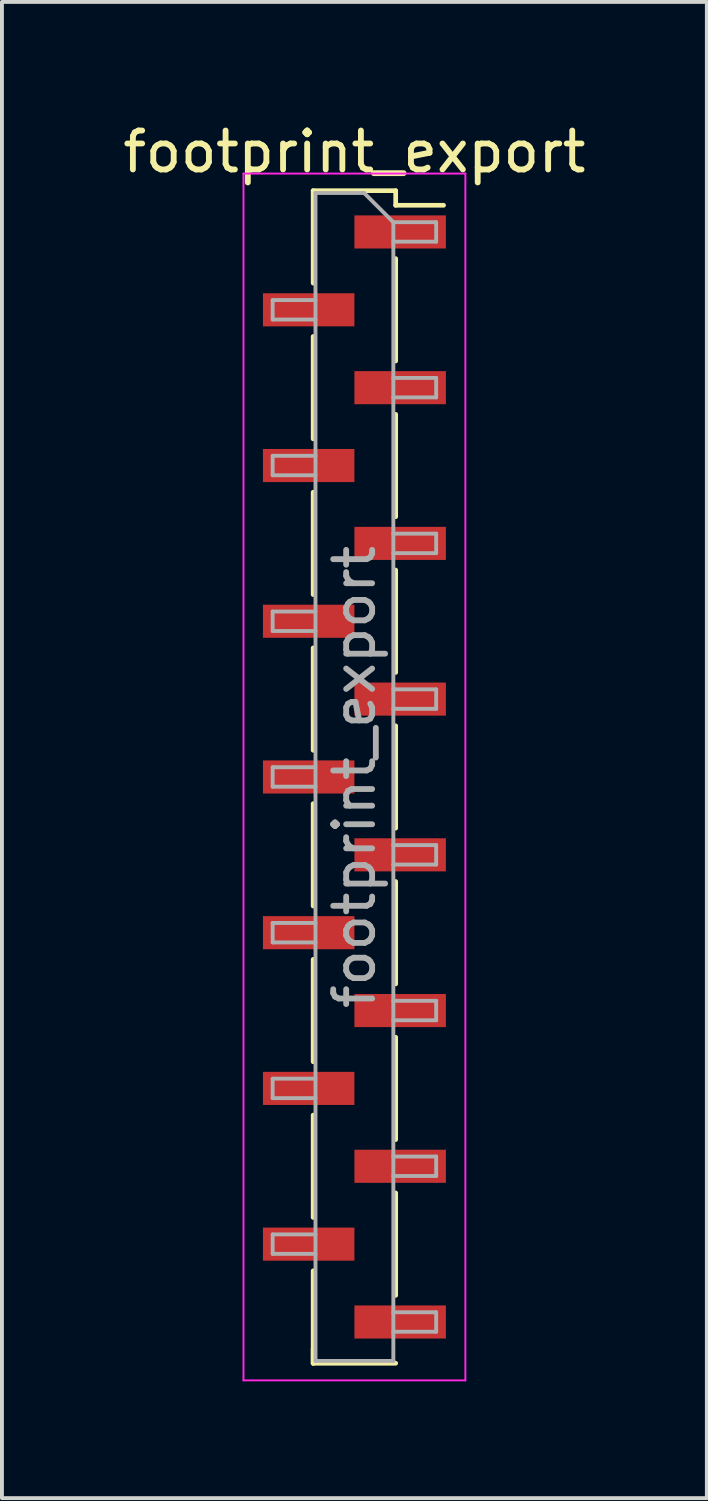
<source format=kicad_pcb>
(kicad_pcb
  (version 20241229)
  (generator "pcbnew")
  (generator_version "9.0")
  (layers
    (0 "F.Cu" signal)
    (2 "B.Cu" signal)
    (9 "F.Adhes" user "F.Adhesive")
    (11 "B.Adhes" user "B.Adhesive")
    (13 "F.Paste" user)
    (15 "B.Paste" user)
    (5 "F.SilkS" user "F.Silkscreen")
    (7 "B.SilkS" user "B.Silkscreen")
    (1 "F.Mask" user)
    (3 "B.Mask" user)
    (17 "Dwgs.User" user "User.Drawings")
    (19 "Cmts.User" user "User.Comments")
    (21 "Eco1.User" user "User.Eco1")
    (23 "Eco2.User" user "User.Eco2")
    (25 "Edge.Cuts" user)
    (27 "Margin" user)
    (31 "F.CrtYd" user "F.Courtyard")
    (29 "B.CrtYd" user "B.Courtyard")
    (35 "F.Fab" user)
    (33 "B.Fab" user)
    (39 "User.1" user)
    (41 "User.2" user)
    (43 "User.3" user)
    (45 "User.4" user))
  (footprint "footprint_export"
    (layer "F.Cu")
    (at 6.054 16.908)
    (property "Reference" "footprint_export" (at 0 -16.06 0) (layer "F.SilkS") (effects (font (size 1 1) (thickness 0.15))))
    (attr smd)
    (fp_line (start -1.06 -15.06) (end -1.06 -12.685) (stroke (width 0.12) (type solid)) (layer "F.SilkS"))
    (fp_line (start -1.06 -15.06) (end 1.06 -15.06) (stroke (width 0.12) (type solid)) (layer "F.SilkS"))
    (fp_line (start -1.06 -11.315) (end -1.06 -8.685) (stroke (width 0.12) (type solid)) (layer "F.SilkS"))
    (fp_line (start -1.06 -7.315) (end -1.06 -4.685) (stroke (width 0.12) (type solid)) (layer "F.SilkS"))
    (fp_line (start -1.06 -3.315) (end -1.06 -0.685) (stroke (width 0.12) (type solid)) (layer "F.SilkS"))
    (fp_line (start -1.06 0.685) (end -1.06 3.315) (stroke (width 0.12) (type solid)) (layer "F.SilkS"))
    (fp_line (start -1.06 4.685) (end -1.06 7.315) (stroke (width 0.12) (type solid)) (layer "F.SilkS"))
    (fp_line (start -1.06 8.685) (end -1.06 11.315) (stroke (width 0.12) (type solid)) (layer "F.SilkS"))
    (fp_line (start -1.06 12.685) (end -1.06 15.06) (stroke (width 0.12) (type solid)) (layer "F.SilkS"))
    (fp_line (start -1.06 14.685) (end -1.06 15.06) (stroke (width 0.12) (type solid)) (layer "F.SilkS"))
    (fp_line (start -1.06 15.06) (end 1.06 15.06) (stroke (width 0.12) (type solid)) (layer "F.SilkS"))
    (fp_line (start 1.06 -15.06) (end 1.06 -14.685) (stroke (width 0.12) (type solid)) (layer "F.SilkS"))
    (fp_line (start 1.06 -14.685) (end 2.29 -14.685) (stroke (width 0.12) (type solid)) (layer "F.SilkS"))
    (fp_line (start 1.06 -13.315) (end 1.06 -10.685) (stroke (width 0.12) (type solid)) (layer "F.SilkS"))
    (fp_line (start 1.06 -9.315) (end 1.06 -6.685) (stroke (width 0.12) (type solid)) (layer "F.SilkS"))
    (fp_line (start 1.06 -5.315) (end 1.06 -2.685) (stroke (width 0.12) (type solid)) (layer "F.SilkS"))
    (fp_line (start 1.06 -1.315) (end 1.06 1.315) (stroke (width 0.12) (type solid)) (layer "F.SilkS"))
    (fp_line (start 1.06 2.685) (end 1.06 5.315) (stroke (width 0.12) (type solid)) (layer "F.SilkS"))
    (fp_line (start 1.06 6.685) (end 1.06 9.315) (stroke (width 0.12) (type solid)) (layer "F.SilkS"))
    (fp_line (start 1.06 10.685) (end 1.06 13.315) (stroke (width 0.12) (type solid)) (layer "F.SilkS"))
    (fp_line (start -2.85 -15.5) (end -2.85 15.5) (stroke (width 0.05) (type solid)) (layer "F.CrtYd"))
    (fp_line (start -2.85 15.5) (end 2.85 15.5) (stroke (width 0.05) (type solid)) (layer "F.CrtYd"))
    (fp_line (start 2.85 -15.5) (end -2.85 -15.5) (stroke (width 0.05) (type solid)) (layer "F.CrtYd"))
    (fp_line (start 2.85 15.5) (end 2.85 -15.5) (stroke (width 0.05) (type solid)) (layer "F.CrtYd"))
    (fp_line (start -2.1 -12.25) (end -2.1 -11.75) (stroke (width 0.1) (type solid)) (layer "F.Fab"))
    (fp_line (start -2.1 -11.75) (end -1 -11.75) (stroke (width 0.1) (type solid)) (layer "F.Fab"))
    (fp_line (start -2.1 -8.25) (end -2.1 -7.75) (stroke (width 0.1) (type solid)) (layer "F.Fab"))
    (fp_line (start -2.1 -7.75) (end -1 -7.75) (stroke (width 0.1) (type solid)) (layer "F.Fab"))
    (fp_line (start -2.1 -4.25) (end -2.1 -3.75) (stroke (width 0.1) (type solid)) (layer "F.Fab"))
    (fp_line (start -2.1 -3.75) (end -1 -3.75) (stroke (width 0.1) (type solid)) (layer "F.Fab"))
    (fp_line (start -2.1 -0.25) (end -2.1 0.25) (stroke (width 0.1) (type solid)) (layer "F.Fab"))
    (fp_line (start -2.1 0.25) (end -1 0.25) (stroke (width 0.1) (type solid)) (layer "F.Fab"))
    (fp_line (start -2.1 3.75) (end -2.1 4.25) (stroke (width 0.1) (type solid)) (layer "F.Fab"))
    (fp_line (start -2.1 4.25) (end -1 4.25) (stroke (width 0.1) (type solid)) (layer "F.Fab"))
    (fp_line (start -2.1 7.75) (end -2.1 8.25) (stroke (width 0.1) (type solid)) (layer "F.Fab"))
    (fp_line (start -2.1 8.25) (end -1 8.25) (stroke (width 0.1) (type solid)) (layer "F.Fab"))
    (fp_line (start -2.1 11.75) (end -2.1 12.25) (stroke (width 0.1) (type solid)) (layer "F.Fab"))
    (fp_line (start -2.1 12.25) (end -1 12.25) (stroke (width 0.1) (type solid)) (layer "F.Fab"))
    (fp_line (start -1 -15) (end -1 15) (stroke (width 0.1) (type solid)) (layer "F.Fab"))
    (fp_line (start -1 -15) (end 0.25 -15) (stroke (width 0.1) (type solid)) (layer "F.Fab"))
    (fp_line (start -1 -12.25) (end -2.1 -12.25) (stroke (width 0.1) (type solid)) (layer "F.Fab"))
    (fp_line (start -1 -8.25) (end -2.1 -8.25) (stroke (width 0.1) (type solid)) (layer "F.Fab"))
    (fp_line (start -1 -4.25) (end -2.1 -4.25) (stroke (width 0.1) (type solid)) (layer "F.Fab"))
    (fp_line (start -1 -0.25) (end -2.1 -0.25) (stroke (width 0.1) (type solid)) (layer "F.Fab"))
    (fp_line (start -1 3.75) (end -2.1 3.75) (stroke (width 0.1) (type solid)) (layer "F.Fab"))
    (fp_line (start -1 7.75) (end -2.1 7.75) (stroke (width 0.1) (type solid)) (layer "F.Fab"))
    (fp_line (start -1 11.75) (end -2.1 11.75) (stroke (width 0.1) (type solid)) (layer "F.Fab"))
    (fp_line (start 1 -14.25) (end 0.25 -15) (stroke (width 0.1) (type solid)) (layer "F.Fab"))
    (fp_line (start 1 -14.25) (end 2.1 -14.25) (stroke (width 0.1) (type solid)) (layer "F.Fab"))
    (fp_line (start 1 -10.25) (end 2.1 -10.25) (stroke (width 0.1) (type solid)) (layer "F.Fab"))
    (fp_line (start 1 -6.25) (end 2.1 -6.25) (stroke (width 0.1) (type solid)) (layer "F.Fab"))
    (fp_line (start 1 -2.25) (end 2.1 -2.25) (stroke (width 0.1) (type solid)) (layer "F.Fab"))
    (fp_line (start 1 1.75) (end 2.1 1.75) (stroke (width 0.1) (type solid)) (layer "F.Fab"))
    (fp_line (start 1 5.75) (end 2.1 5.75) (stroke (width 0.1) (type solid)) (layer "F.Fab"))
    (fp_line (start 1 9.75) (end 2.1 9.75) (stroke (width 0.1) (type solid)) (layer "F.Fab"))
    (fp_line (start 1 13.75) (end 2.1 13.75) (stroke (width 0.1) (type solid)) (layer "F.Fab"))
    (fp_line (start 1 15) (end -1 15) (stroke (width 0.1) (type solid)) (layer "F.Fab"))
    (fp_line (start 1 15) (end 1 -14.25) (stroke (width 0.1) (type solid)) (layer "F.Fab"))
    (fp_line (start 2.1 -14.25) (end 2.1 -13.75) (stroke (width 0.1) (type solid)) (layer "F.Fab"))
    (fp_line (start 2.1 -13.75) (end 1 -13.75) (stroke (width 0.1) (type solid)) (layer "F.Fab"))
    (fp_line (start 2.1 -10.25) (end 2.1 -9.75) (stroke (width 0.1) (type solid)) (layer "F.Fab"))
    (fp_line (start 2.1 -9.75) (end 1 -9.75) (stroke (width 0.1) (type solid)) (layer "F.Fab"))
    (fp_line (start 2.1 -6.25) (end 2.1 -5.75) (stroke (width 0.1) (type solid)) (layer "F.Fab"))
    (fp_line (start 2.1 -5.75) (end 1 -5.75) (stroke (width 0.1) (type solid)) (layer "F.Fab"))
    (fp_line (start 2.1 -2.25) (end 2.1 -1.75) (stroke (width 0.1) (type solid)) (layer "F.Fab"))
    (fp_line (start 2.1 -1.75) (end 1 -1.75) (stroke (width 0.1) (type solid)) (layer "F.Fab"))
    (fp_line (start 2.1 1.75) (end 2.1 2.25) (stroke (width 0.1) (type solid)) (layer "F.Fab"))
    (fp_line (start 2.1 2.25) (end 1 2.25) (stroke (width 0.1) (type solid)) (layer "F.Fab"))
    (fp_line (start 2.1 5.75) (end 2.1 6.25) (stroke (width 0.1) (type solid)) (layer "F.Fab"))
    (fp_line (start 2.1 6.25) (end 1 6.25) (stroke (width 0.1) (type solid)) (layer "F.Fab"))
    (fp_line (start 2.1 9.75) (end 2.1 10.25) (stroke (width 0.1) (type solid)) (layer "F.Fab"))
    (fp_line (start 2.1 10.25) (end 1 10.25) (stroke (width 0.1) (type solid)) (layer "F.Fab"))
    (fp_line (start 2.1 13.75) (end 2.1 14.25) (stroke (width 0.1) (type solid)) (layer "F.Fab"))
    (fp_line (start 2.1 14.25) (end 1 14.25) (stroke (width 0.1) (type solid)) (layer "F.Fab"))
    (fp_text user "${REFERENCE}" (at 0 0 90) (layer "F.Fab") (effects (font (size 1 1) (thickness 0.15))))
    (pad "1" smd rect (at 1.175 -14) (size 2.35 0.85) (layers "F.Cu" "F.Mask" "F.Paste"))
    (pad "2" smd rect (at -1.175 -12) (size 2.35 0.85) (layers "F.Cu" "F.Mask" "F.Paste"))
    (pad "3" smd rect (at 1.175 -10) (size 2.35 0.85) (layers "F.Cu" "F.Mask" "F.Paste"))
    (pad "4" smd rect (at -1.175 -8) (size 2.35 0.85) (layers "F.Cu" "F.Mask" "F.Paste"))
    (pad "5" smd rect (at 1.175 -6) (size 2.35 0.85) (layers "F.Cu" "F.Mask" "F.Paste"))
    (pad "6" smd rect (at -1.175 -4) (size 2.35 0.85) (layers "F.Cu" "F.Mask" "F.Paste"))
    (pad "7" smd rect (at 1.175 -2) (size 2.35 0.85) (layers "F.Cu" "F.Mask" "F.Paste"))
    (pad "8" smd rect (at -1.175 0) (size 2.35 0.85) (layers "F.Cu" "F.Mask" "F.Paste"))
    (pad "9" smd rect (at 1.175 2) (size 2.35 0.85) (layers "F.Cu" "F.Mask" "F.Paste"))
    (pad "10" smd rect (at -1.175 4) (size 2.35 0.85) (layers "F.Cu" "F.Mask" "F.Paste"))
    (pad "11" smd rect (at 1.175 6) (size 2.35 0.85) (layers "F.Cu" "F.Mask" "F.Paste"))
    (pad "12" smd rect (at -1.175 8) (size 2.35 0.85) (layers "F.Cu" "F.Mask" "F.Paste"))
    (pad "13" smd rect (at 1.175 10) (size 2.35 0.85) (layers "F.Cu" "F.Mask" "F.Paste"))
    (pad "14" smd rect (at -1.175 12) (size 2.35 0.85) (layers "F.Cu" "F.Mask" "F.Paste"))
    (pad "15" smd rect (at 1.175 14) (size 2.35 0.85) (layers "F.Cu" "F.Mask" "F.Paste")))
  (gr_rect
    (start -3 -3)
    (end 15.107 35.433)
    (stroke (width 0.1) (type default))
    (fill no)
    (layer "Edge.Cuts")))
</source>
